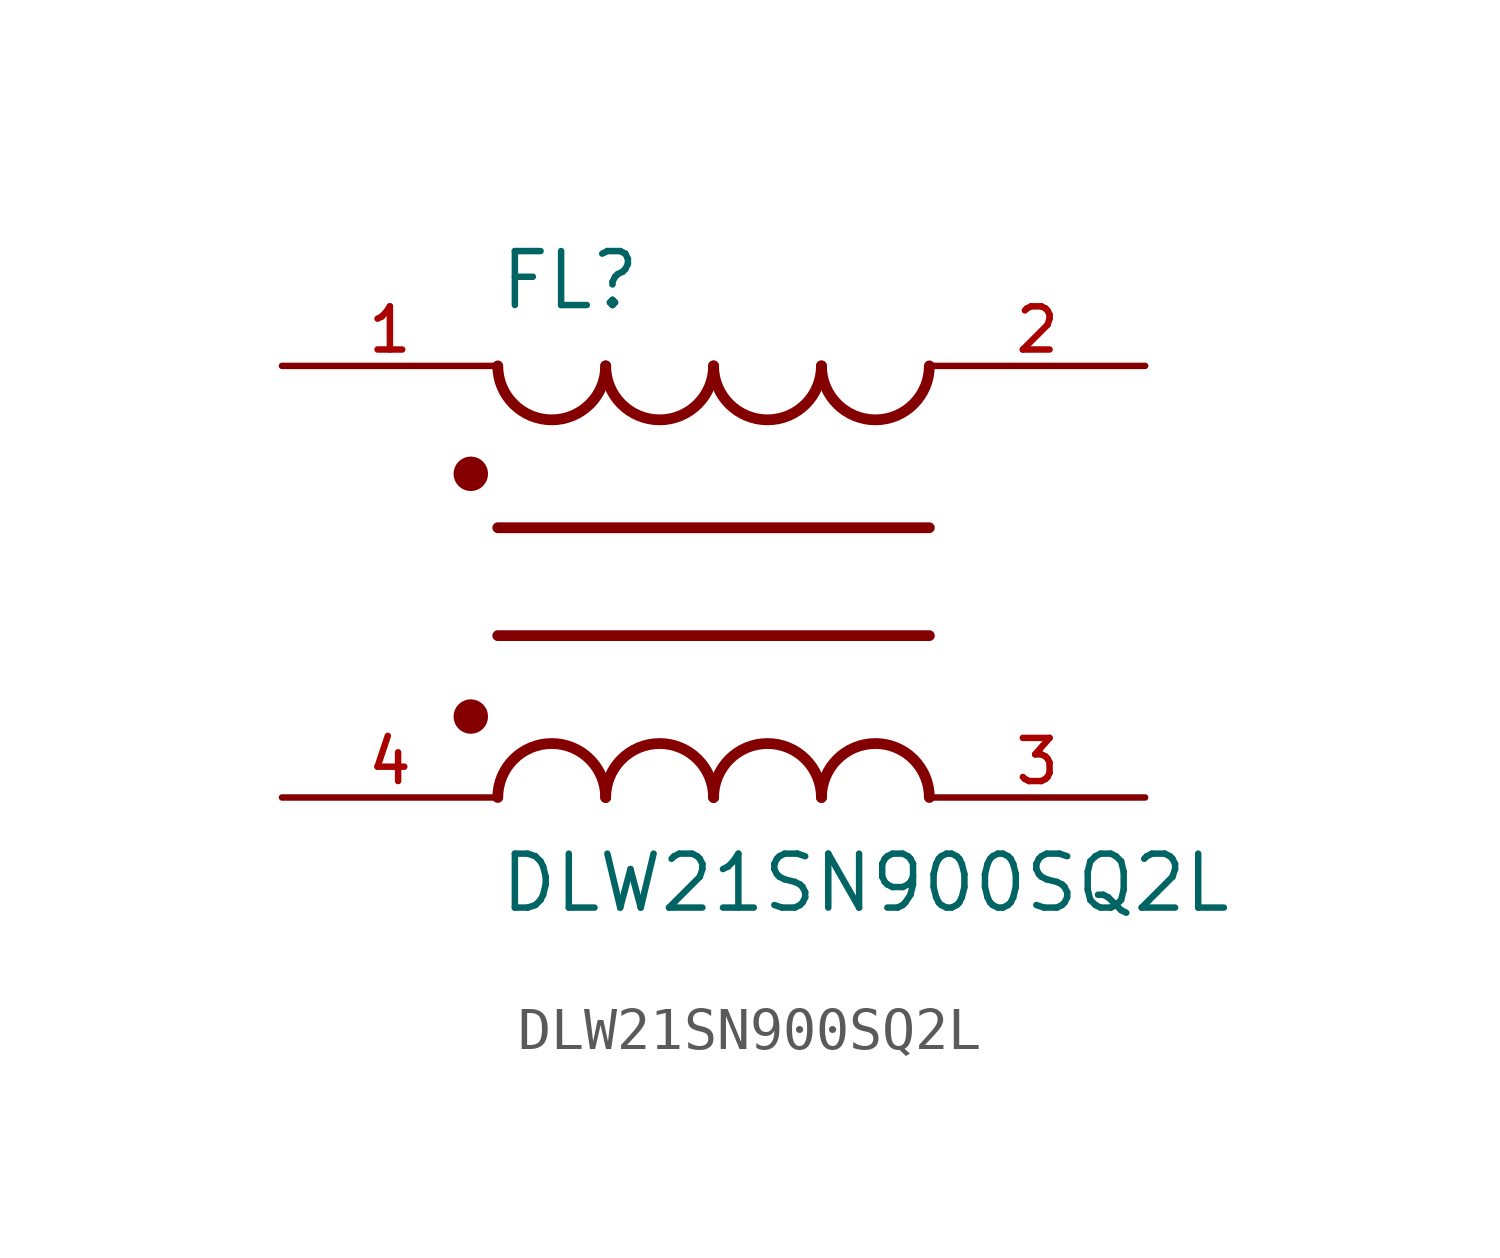
<source format=kicad_sym>
(kicad_symbol_lib
  (version 20211014)
  (generator kicad_symbol_editor)
  (symbol "DLW21SN900SQ2L"
    (pin_names
      (offset 1.016))
    (property "Reference" "FL"
      (at -5.08 6.35 0)
      (effects (font (size 1.27 1.27)) (justify bottom left)))
    (property "Value" "DLW21SN900SQ2L"
      (at -5.08 -6.35 0)
      (effects (font (size 1.27 1.27)) (justify top left)))
    (symbol "DLW21SN900SQ2L_0_0"
      (arc (start -2.54 -5.08) (mid -3.81 -3.81) (end -5.08 -5.08) (stroke (width 0.254) (type default) (color 0 0 0 0)) (fill (type none)))
      (arc (start 0.0 -5.08) (mid -1.27 -3.81) (end -2.54 -5.08) (stroke (width 0.254) (type default) (color 0 0 0 0)) (fill (type none)))
      (arc (start 2.54 -5.08) (mid 1.27 -3.81) (end 0.0 -5.08) (stroke (width 0.254) (type default) (color 0 0 0 0)) (fill (type none)))
      (arc (start 5.08 -5.08) (mid 3.81 -3.81) (end 2.54 -5.08) (stroke (width 0.254) (type default) (color 0 0 0 0)) (fill (type none)))
      (polyline (pts (xy -5.08 -1.27) (xy 5.08 -1.27)) (stroke (width 0.254)))
      (circle (center -5.715 -3.175) (radius 0.203) (stroke (width 0.406)) (fill (type none)))
      (arc (start 2.54 5.08) (mid 3.81 3.81) (end 5.08 5.08) (stroke (width 0.254) (type default) (color 0 0 0 0)) (fill (type none)))
      (arc (start 0.0 5.08) (mid 1.27 3.81) (end 2.54 5.08) (stroke (width 0.254) (type default) (color 0 0 0 0)) (fill (type none)))
      (arc (start -2.54 5.08) (mid -1.27 3.81) (end 0.0 5.08) (stroke (width 0.254) (type default) (color 0 0 0 0)) (fill (type none)))
      (arc (start -5.08 5.08) (mid -3.81 3.81) (end -2.54 5.08) (stroke (width 0.254) (type default) (color 0 0 0 0)) (fill (type none)))
      (polyline (pts (xy 5.08 1.27) (xy -5.08 1.27)) (stroke (width 0.254)))
      (circle (center -5.715 2.54) (radius 0.203) (stroke (width 0.406)) (fill (type none)))
      (pin passive line (at -10.16 -5.08 0) (length 5.08) (name "~" (effects (font (size 1.016 1.016)))) (number "4" (effects (font (size 1.016 1.016)))))
      (pin passive line (at 10.16 -5.08 180.0) (length 5.08) (name "~" (effects (font (size 1.016 1.016)))) (number "3" (effects (font (size 1.016 1.016)))))
      (pin passive line (at 10.16 5.08 180.0) (length 5.08) (name "~" (effects (font (size 1.016 1.016)))) (number "2" (effects (font (size 1.016 1.016)))))
      (pin passive line (at -10.16 5.08 0) (length 5.08) (name "~" (effects (font (size 1.016 1.016)))) (number "1" (effects (font (size 1.016 1.016))))))))
</source>
